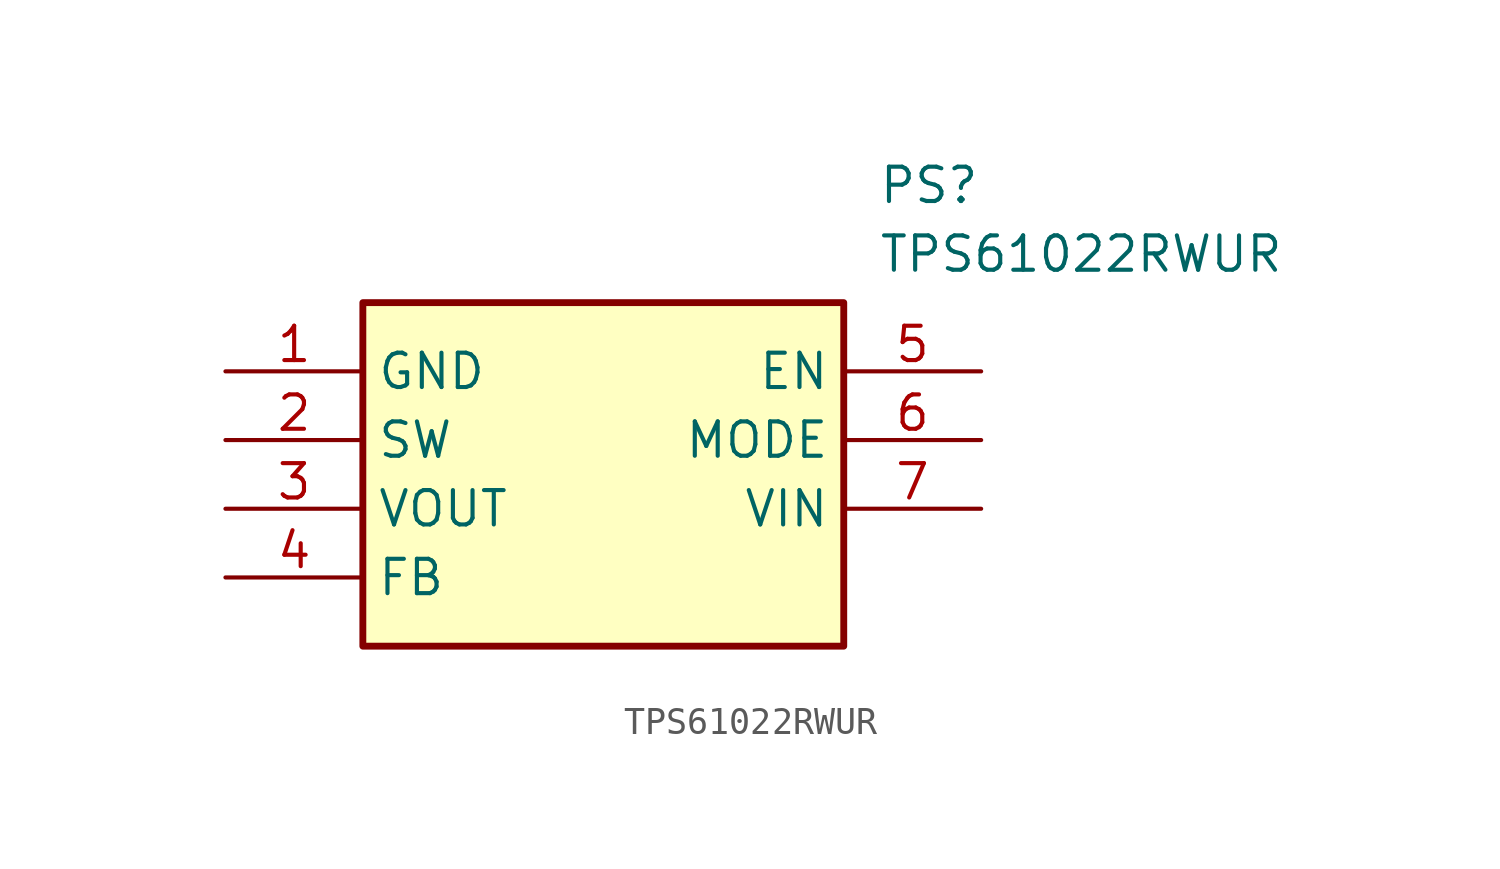
<source format=kicad_sym>
(kicad_symbol_lib
  (version 20241209)
  (generator "kicad_symbol_editor")
  (generator_version "9.0")
  (symbol "TPS61022RWUR"
    (property "Reference" "PS"
      (at 24.13 7.62 0)
      (effects (font (size 1.27 1.27)) (justify left top)))
    (property "Value" "TPS61022RWUR"
      (at 24.13 5.08 0)
      (effects (font (size 1.27 1.27)) (justify left top)))
    (symbol "TPS61022RWUR_1_1"
      (rectangle (start 5.08 2.54) (end 22.86 -10.16) (stroke (width 0.254) (type default)) (fill (type background)))
      (pin passive line (at 0 0 0) (length 5.08) (name "GND" (effects (font (size 1.27 1.27)))) (number "1" (effects (font (size 1.27 1.27)))))
      (pin passive line (at 0 -2.54 0) (length 5.08) (name "SW" (effects (font (size 1.27 1.27)))) (number "2" (effects (font (size 1.27 1.27)))))
      (pin passive line (at 0 -5.08 0) (length 5.08) (name "VOUT" (effects (font (size 1.27 1.27)))) (number "3" (effects (font (size 1.27 1.27)))))
      (pin passive line (at 0 -7.62 0) (length 5.08) (name "FB" (effects (font (size 1.27 1.27)))) (number "4" (effects (font (size 1.27 1.27)))))
      (pin passive line (at 27.94 0 180) (length 5.08) (name "EN" (effects (font (size 1.27 1.27)))) (number "5" (effects (font (size 1.27 1.27)))))
      (pin passive line (at 27.94 -2.54 180) (length 5.08) (name "MODE" (effects (font (size 1.27 1.27)))) (number "6" (effects (font (size 1.27 1.27)))))
      (pin passive line (at 27.94 -5.08 180) (length 5.08) (name "VIN" (effects (font (size 1.27 1.27)))) (number "7" (effects (font (size 1.27 1.27))))))))
</source>
